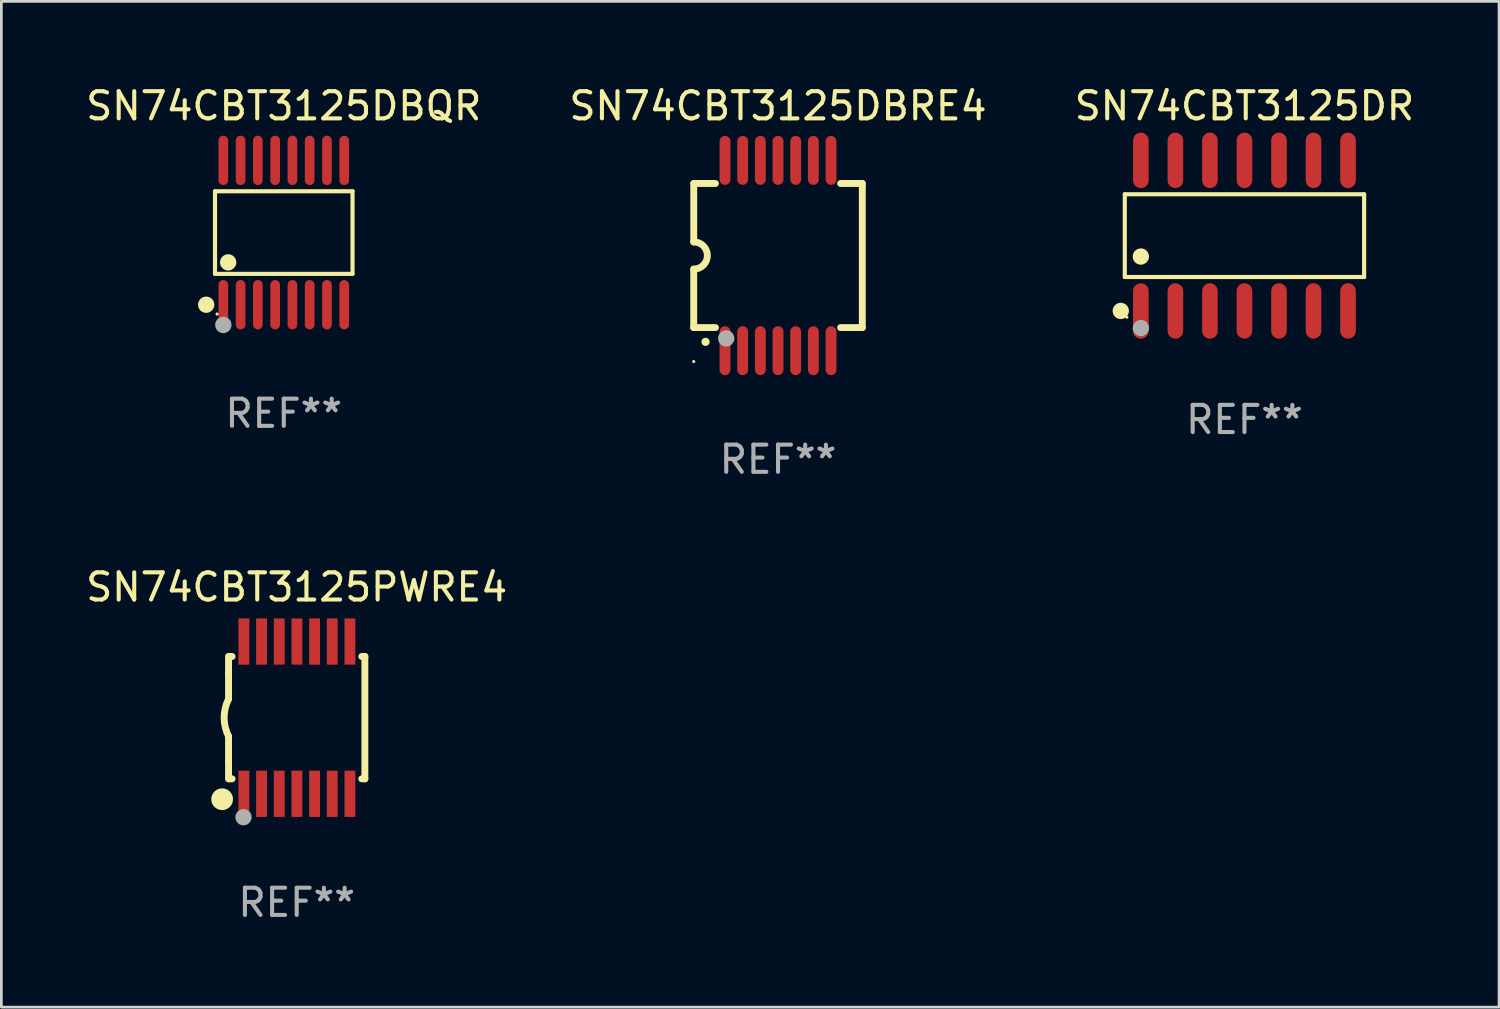
<source format=kicad_pcb>
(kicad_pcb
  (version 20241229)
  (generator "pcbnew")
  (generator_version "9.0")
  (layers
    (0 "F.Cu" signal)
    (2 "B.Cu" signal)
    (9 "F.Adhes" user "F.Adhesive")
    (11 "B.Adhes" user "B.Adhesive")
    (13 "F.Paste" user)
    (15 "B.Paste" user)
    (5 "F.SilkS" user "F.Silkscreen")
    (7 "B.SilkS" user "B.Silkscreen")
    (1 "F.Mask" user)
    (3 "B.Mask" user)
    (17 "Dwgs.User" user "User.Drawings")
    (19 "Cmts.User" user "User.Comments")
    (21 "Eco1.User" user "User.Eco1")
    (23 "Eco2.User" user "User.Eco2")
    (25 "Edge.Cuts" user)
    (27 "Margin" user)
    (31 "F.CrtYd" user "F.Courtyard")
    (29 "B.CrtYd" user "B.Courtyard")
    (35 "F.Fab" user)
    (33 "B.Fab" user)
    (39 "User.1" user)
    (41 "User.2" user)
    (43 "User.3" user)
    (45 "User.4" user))
  (footprint "SN74CBT3125DBRE4"
    (layer "F.Cu")
    (at 25.565 6.348)
    (property "Reference" "SN74CBT3125DBRE4" (at 0 -5.5 0) (layer "F.SilkS") (effects (font (size 1 1) (thickness 0.15))))
    (attr through_hole)
    (fp_line (start -3.1 2.65) (end -3.1 0.5) (stroke (width 0.254) (type solid)) (layer "F.SilkS"))
    (fp_line (start -3.099 -2.65) (end -2.301 -2.65) (stroke (width 0.254) (type solid)) (layer "F.SilkS"))
    (fp_line (start -3.099 -0.5) (end -3.099 -2.65) (stroke (width 0.254) (type solid)) (layer "F.SilkS"))
    (fp_line (start -2.301 2.65) (end -3.1 2.65) (stroke (width 0.254) (type solid)) (layer "F.SilkS"))
    (fp_line (start 2.301 -2.65) (end 3.1 -2.65) (stroke (width 0.254) (type solid)) (layer "F.SilkS"))
    (fp_line (start 3.1 -2.65) (end 3.1 2.65) (stroke (width 0.254) (type solid)) (layer "F.SilkS"))
    (fp_line (start 3.1 2.65) (end 2.301 2.65) (stroke (width 0.254) (type solid)) (layer "F.SilkS"))
    (fp_arc (start -3.098806 -0.500381) (mid -2.598806 0) (end -3.098806 0.500381) (stroke (width 0.254001) (type solid)) (layer "F.SilkS"))
    (fp_arc (start -2.667005 3.175006) (mid -2.665735 3.175001) (end -2.664465 3.175006) (stroke (width 0.3) (type solid)) (layer "F.SilkS"))
    (fp_circle (center -3.1 3.9) (end -3.07 3.9) (stroke (width 0.06) (type solid)) (fill no) (layer "F.SilkS"))
    (fp_circle (center -1.905 3.048) (end -1.755 3.048) (stroke (width 0.3) (type solid)) (fill no) (layer "F.Fab"))
    (fp_text user "REF**" (at 0 7.5 0) (layer "F.Fab") (effects (font (size 1 1) (thickness 0.15))))
    (pad "1" smd oval (at -1.95 3.5 270) (size 1.8 0.4) (layers "F.Cu" "F.Mask" "F.Paste"))
    (pad "2" smd oval (at -1.3 3.5 270) (size 1.8 0.4) (layers "F.Cu" "F.Mask" "F.Paste"))
    (pad "3" smd oval (at -0.65 3.5 270) (size 1.8 0.4) (layers "F.Cu" "F.Mask" "F.Paste"))
    (pad "4" smd oval (at 0 3.5 270) (size 1.8 0.4) (layers "F.Cu" "F.Mask" "F.Paste"))
    (pad "5" smd oval (at 0.65 3.5 270) (size 1.8 0.4) (layers "F.Cu" "F.Mask" "F.Paste"))
    (pad "6" smd oval (at 1.3 3.5 270) (size 1.8 0.4) (layers "F.Cu" "F.Mask" "F.Paste"))
    (pad "7" smd oval (at 1.95 3.5 270) (size 1.8 0.4) (layers "F.Cu" "F.Mask" "F.Paste"))
    (pad "8" smd oval (at 1.95 -3.5 90) (size 1.8 0.4) (layers "F.Cu" "F.Mask" "F.Paste"))
    (pad "9" smd oval (at 1.3 -3.5 90) (size 1.8 0.4) (layers "F.Cu" "F.Mask" "F.Paste"))
    (pad "10" smd oval (at 0.65 -3.5 90) (size 1.8 0.4) (layers "F.Cu" "F.Mask" "F.Paste"))
    (pad "11" smd oval (at 0 -3.5 90) (size 1.8 0.4) (layers "F.Cu" "F.Mask" "F.Paste"))
    (pad "12" smd oval (at -0.65 -3.5 90) (size 1.8 0.4) (layers "F.Cu" "F.Mask" "F.Paste"))
    (pad "13" smd oval (at -1.3 -3.5 90) (size 1.8 0.4) (layers "F.Cu" "F.Mask" "F.Paste"))
    (pad "14" smd oval (at -1.95 -3.5 90) (size 1.8 0.4) (layers "F.Cu" "F.Mask" "F.Paste")))
  (footprint "SN74CBT3125DBQR"
    (layer "F.Cu")
    (at 7.387 5.503)
    (property "Reference" "SN74CBT3125DBQR" (at 0 -4.655 0) (layer "F.SilkS") (effects (font (size 1 1) (thickness 0.15))))
    (attr through_hole)
    (fp_line (start -2.529 -1.519) (end 2.529 -1.519) (stroke (width 0.152) (type solid)) (layer "F.SilkS"))
    (fp_line (start -2.529 1.519) (end -2.529 -1.519) (stroke (width 0.152) (type solid)) (layer "F.SilkS"))
    (fp_line (start 2.529 -1.519) (end 2.529 1.519) (stroke (width 0.152) (type solid)) (layer "F.SilkS"))
    (fp_line (start 2.529 1.519) (end -2.529 1.519) (stroke (width 0.152) (type solid)) (layer "F.SilkS"))
    (fp_circle (center -2.853 2.655) (end -2.703 2.655) (stroke (width 0.3) (type solid)) (fill no) (layer "F.SilkS"))
    (fp_circle (center -2.453 2.998) (end -2.423 2.998) (stroke (width 0.06) (type solid)) (fill no) (layer "F.SilkS"))
    (fp_circle (center -2.045 1.097) (end -1.895 1.097) (stroke (width 0.3) (type solid)) (fill no) (layer "F.SilkS"))
    (fp_circle (center -2.223 3.398) (end -2.072 3.398) (stroke (width 0.3) (type solid)) (fill no) (layer "F.Fab"))
    (fp_text user "REF**" (at 0 6.655 0) (layer "F.Fab") (effects (font (size 1 1) (thickness 0.15))))
    (pad "1" smd oval (at -2.223 2.655) (size 0.356 1.815) (layers "F.Cu" "F.Mask" "F.Paste"))
    (pad "2" smd oval (at -1.588 2.655) (size 0.356 1.815) (layers "F.Cu" "F.Mask" "F.Paste"))
    (pad "3" smd oval (at -0.953 2.655) (size 0.356 1.815) (layers "F.Cu" "F.Mask" "F.Paste"))
    (pad "4" smd oval (at -0.318 2.655) (size 0.356 1.815) (layers "F.Cu" "F.Mask" "F.Paste"))
    (pad "5" smd oval (at 0.318 2.655) (size 0.356 1.815) (layers "F.Cu" "F.Mask" "F.Paste"))
    (pad "6" smd oval (at 0.953 2.655) (size 0.356 1.815) (layers "F.Cu" "F.Mask" "F.Paste"))
    (pad "7" smd oval (at 1.588 2.655) (size 0.356 1.815) (layers "F.Cu" "F.Mask" "F.Paste"))
    (pad "8" smd oval (at 2.223 2.655) (size 0.356 1.815) (layers "F.Cu" "F.Mask" "F.Paste"))
    (pad "9" smd oval (at 2.223 -2.655) (size 0.356 1.815) (layers "F.Cu" "F.Mask" "F.Paste"))
    (pad "10" smd oval (at 1.588 -2.655) (size 0.356 1.815) (layers "F.Cu" "F.Mask" "F.Paste"))
    (pad "11" smd oval (at 0.953 -2.655) (size 0.356 1.815) (layers "F.Cu" "F.Mask" "F.Paste"))
    (pad "12" smd oval (at 0.318 -2.655) (size 0.356 1.815) (layers "F.Cu" "F.Mask" "F.Paste"))
    (pad "13" smd oval (at -0.318 -2.655) (size 0.356 1.815) (layers "F.Cu" "F.Mask" "F.Paste"))
    (pad "14" smd oval (at -0.953 -2.655) (size 0.356 1.815) (layers "F.Cu" "F.Mask" "F.Paste"))
    (pad "15" smd oval (at -1.588 -2.655) (size 0.356 1.815) (layers "F.Cu" "F.Mask" "F.Paste"))
    (pad "16" smd oval (at -2.223 -2.655) (size 0.356 1.815) (layers "F.Cu" "F.Mask" "F.Paste")))
  (footprint "SN74CBT3125PWRE4"
    (layer "F.Cu")
    (at 7.863 23.345)
    (property "Reference" "SN74CBT3125PWRE4" (at 0 -4.8 0) (layer "F.SilkS") (effects (font (size 1 1) (thickness 0.15))))
    (attr through_hole)
    (fp_line (start -2.507 -1.6) (end -2.507 -2.25) (stroke (width 0.254) (type solid)) (layer "F.SilkS"))
    (fp_line (start -2.507 -0.686) (end -2.507 -1.6) (stroke (width 0.254) (type solid)) (layer "F.SilkS"))
    (fp_line (start -2.507 1.6) (end -2.507 0.686) (stroke (width 0.254) (type solid)) (layer "F.SilkS"))
    (fp_line (start -2.507 1.6) (end -2.507 2.25) (stroke (width 0.254) (type solid)) (layer "F.SilkS"))
    (fp_line (start -2.493 -2.25) (end -2.377 -2.25) (stroke (width 0.254) (type solid)) (layer "F.SilkS"))
    (fp_line (start -2.377 2.25) (end -2.493 2.25) (stroke (width 0.254) (type solid)) (layer "F.SilkS"))
    (fp_line (start 2.392 -2.25) (end 2.507 -2.25) (stroke (width 0.254) (type solid)) (layer "F.SilkS"))
    (fp_line (start 2.507 -2.25) (end 2.507 2.25) (stroke (width 0.254) (type solid)) (layer "F.SilkS"))
    (fp_line (start 2.507 2.25) (end 2.392 2.25) (stroke (width 0.254) (type solid)) (layer "F.SilkS"))
    (fp_arc (start -2.507303 0.685802) (mid -2.669199 0) (end -2.507303 -0.685801) (stroke (width 0.254001) (type solid)) (layer "F.SilkS"))
    (fp_circle (center -2.743 3) (end -2.543 3) (stroke (width 0.4) (type solid)) (fill no) (layer "F.SilkS"))
    (fp_circle (center -2.493 3.2) (end -2.463 3.2) (stroke (width 0.06) (type solid)) (fill no) (layer "F.SilkS"))
    (fp_circle (center -1.957 3.662) (end -1.807 3.662) (stroke (width 0.3) (type solid)) (fill no) (layer "F.Fab"))
    (fp_text user "REF**" (at 0 6.8 0) (layer "F.Fab") (effects (font (size 1 1) (thickness 0.15))))
    (pad "1" smd rect (at -1.943 2.8) (size 0.4 1.7) (layers "F.Cu" "F.Mask" "F.Paste"))
    (pad "2" smd rect (at -1.293 2.8) (size 0.4 1.7) (layers "F.Cu" "F.Mask" "F.Paste"))
    (pad "3" smd rect (at -0.643 2.8) (size 0.4 1.7) (layers "F.Cu" "F.Mask" "F.Paste"))
    (pad "4" smd rect (at 0.007 2.8) (size 0.4 1.7) (layers "F.Cu" "F.Mask" "F.Paste"))
    (pad "5" smd rect (at 0.657 2.8) (size 0.4 1.7) (layers "F.Cu" "F.Mask" "F.Paste"))
    (pad "6" smd rect (at 1.307 2.8) (size 0.4 1.7) (layers "F.Cu" "F.Mask" "F.Paste"))
    (pad "7" smd rect (at 1.957 2.8) (size 0.4 1.7) (layers "F.Cu" "F.Mask" "F.Paste"))
    (pad "8" smd rect (at 1.957 -2.8) (size 0.4 1.7) (layers "F.Cu" "F.Mask" "F.Paste"))
    (pad "9" smd rect (at 1.307 -2.8) (size 0.4 1.7) (layers "F.Cu" "F.Mask" "F.Paste"))
    (pad "10" smd rect (at 0.657 -2.8) (size 0.4 1.7) (layers "F.Cu" "F.Mask" "F.Paste"))
    (pad "11" smd rect (at 0.007 -2.8) (size 0.4 1.7) (layers "F.Cu" "F.Mask" "F.Paste"))
    (pad "12" smd rect (at -0.643 -2.8) (size 0.4 1.7) (layers "F.Cu" "F.Mask" "F.Paste"))
    (pad "13" smd rect (at -1.293 -2.8) (size 0.4 1.7) (layers "F.Cu" "F.Mask" "F.Paste"))
    (pad "14" smd rect (at -1.943 -2.8) (size 0.4 1.7) (layers "F.Cu" "F.Mask" "F.Paste")))
  (footprint "SN74CBT3125DR"
    (layer "F.Cu")
    (at 42.72 5.617)
    (property "Reference" "SN74CBT3125DR" (at 0 -4.769 0) (layer "F.SilkS") (effects (font (size 1 1) (thickness 0.15))))
    (attr through_hole)
    (fp_line (start -4.401 -1.521) (end 4.401 -1.521) (stroke (width 0.152) (type solid)) (layer "F.SilkS"))
    (fp_line (start -4.401 1.521) (end -4.401 -1.521) (stroke (width 0.152) (type solid)) (layer "F.SilkS"))
    (fp_line (start 4.401 -1.521) (end 4.401 1.521) (stroke (width 0.152) (type solid)) (layer "F.SilkS"))
    (fp_line (start 4.401 1.521) (end -4.401 1.521) (stroke (width 0.152) (type solid)) (layer "F.SilkS"))
    (fp_circle (center -4.549 2.769) (end -4.399 2.769) (stroke (width 0.3) (type solid)) (fill no) (layer "F.SilkS"))
    (fp_circle (center -4.325 3) (end -4.295 3) (stroke (width 0.06) (type solid)) (fill no) (layer "F.SilkS"))
    (fp_circle (center -3.81 0.769) (end -3.66 0.769) (stroke (width 0.3) (type solid)) (fill no) (layer "F.SilkS"))
    (fp_circle (center -3.81 3.4) (end -3.66 3.4) (stroke (width 0.3) (type solid)) (fill no) (layer "F.Fab"))
    (fp_text user "REF**" (at 0 6.769 0) (layer "F.Fab") (effects (font (size 1 1) (thickness 0.15))))
    (pad "1" smd oval (at -3.81 2.769) (size 0.574 2.038) (layers "F.Cu" "F.Mask" "F.Paste"))
    (pad "2" smd oval (at -2.54 2.769) (size 0.574 2.038) (layers "F.Cu" "F.Mask" "F.Paste"))
    (pad "3" smd oval (at -1.27 2.769) (size 0.574 2.038) (layers "F.Cu" "F.Mask" "F.Paste"))
    (pad "4" smd oval (at 0 2.769) (size 0.574 2.038) (layers "F.Cu" "F.Mask" "F.Paste"))
    (pad "5" smd oval (at 1.27 2.769) (size 0.574 2.038) (layers "F.Cu" "F.Mask" "F.Paste"))
    (pad "6" smd oval (at 2.54 2.769) (size 0.574 2.038) (layers "F.Cu" "F.Mask" "F.Paste"))
    (pad "7" smd oval (at 3.81 2.769) (size 0.574 2.038) (layers "F.Cu" "F.Mask" "F.Paste"))
    (pad "8" smd oval (at 3.81 -2.769) (size 0.574 2.038) (layers "F.Cu" "F.Mask" "F.Paste"))
    (pad "9" smd oval (at 2.54 -2.769) (size 0.574 2.038) (layers "F.Cu" "F.Mask" "F.Paste"))
    (pad "10" smd oval (at 1.27 -2.769) (size 0.574 2.038) (layers "F.Cu" "F.Mask" "F.Paste"))
    (pad "11" smd oval (at 0 -2.769) (size 0.574 2.038) (layers "F.Cu" "F.Mask" "F.Paste"))
    (pad "12" smd oval (at -1.27 -2.769) (size 0.574 2.038) (layers "F.Cu" "F.Mask" "F.Paste"))
    (pad "13" smd oval (at -2.54 -2.769) (size 0.574 2.038) (layers "F.Cu" "F.Mask" "F.Paste"))
    (pad "14" smd oval (at -3.81 -2.769) (size 0.574 2.038) (layers "F.Cu" "F.Mask" "F.Paste")))
  (gr_rect
    (start -3 -3)
    (end 52.083 33.993)
    (stroke (width 0.1) (type default))
    (fill no)
    (layer "Edge.Cuts")))
</source>
